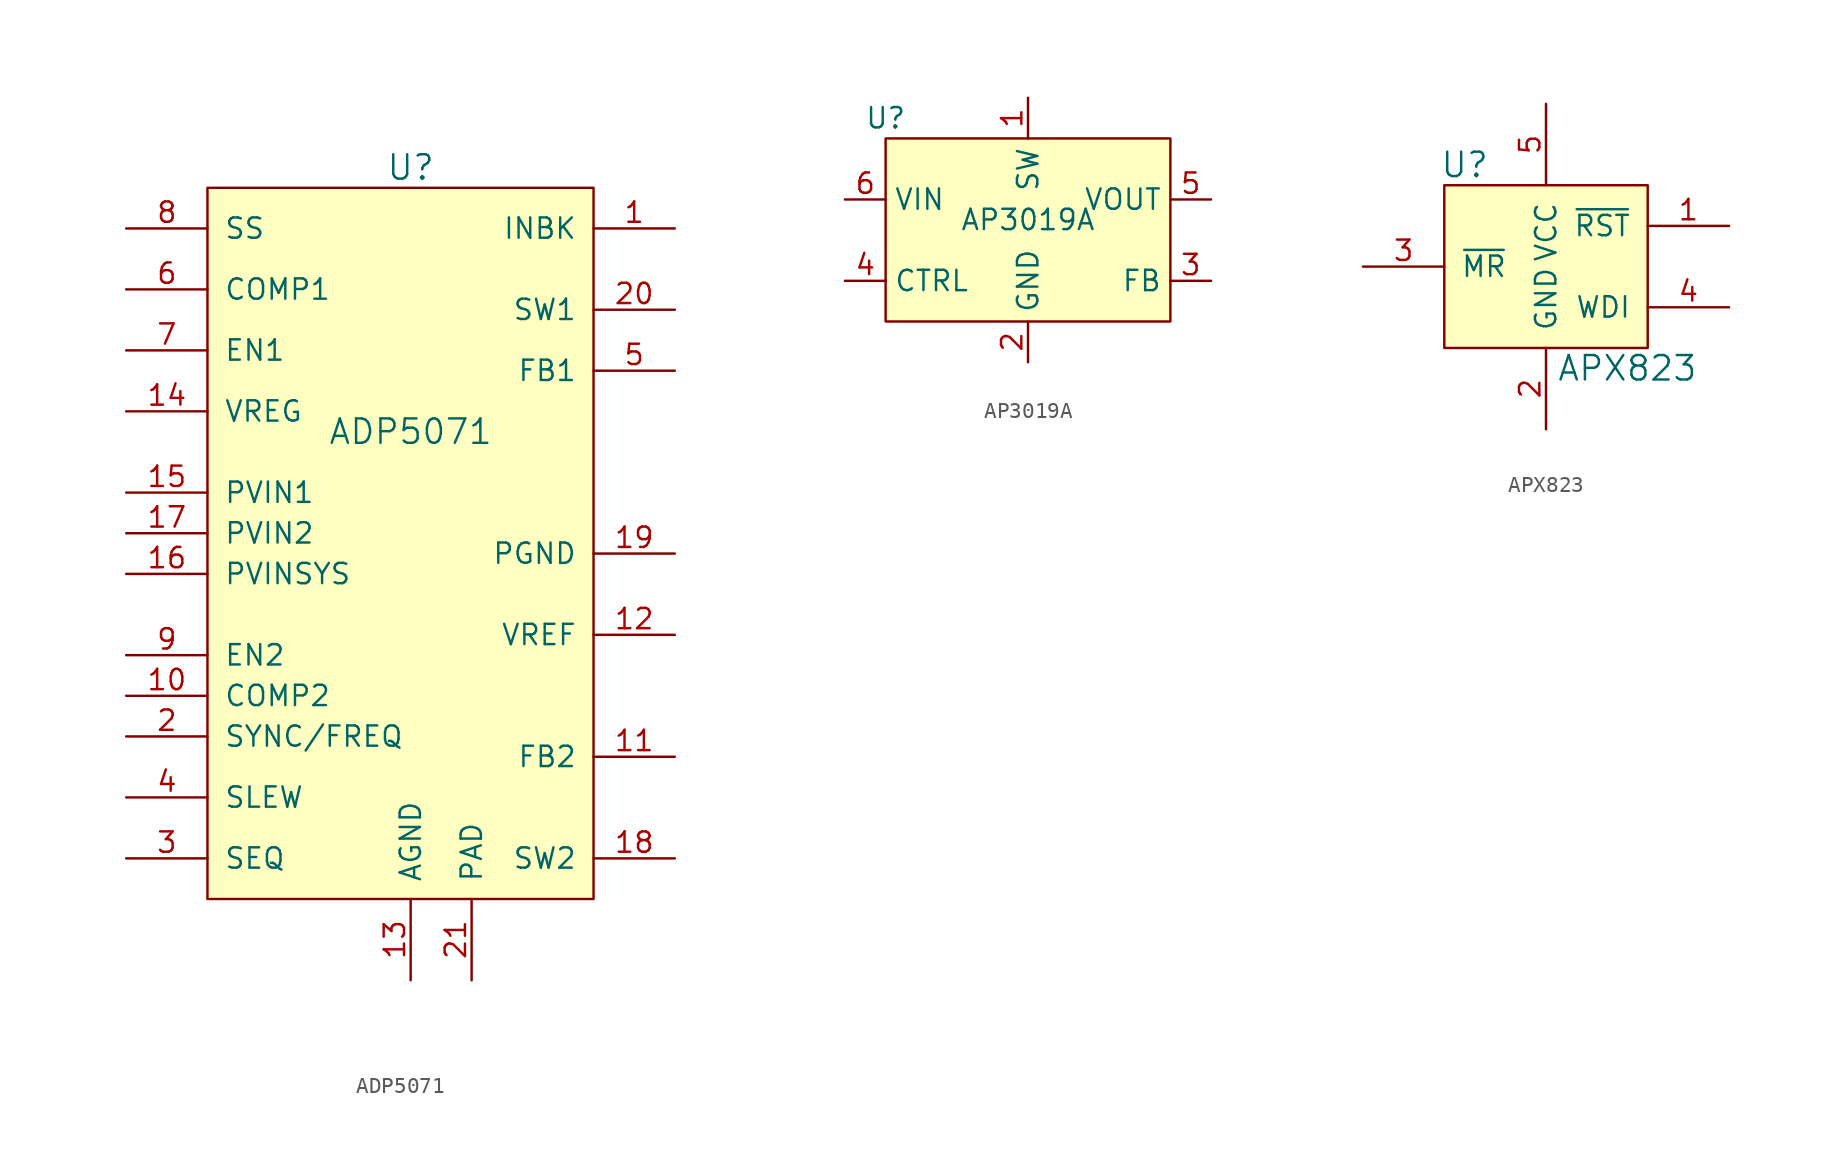
<source format=kicad_sym>
(kicad_symbol_lib
  (version 20231120)
  (generator "kicad_symbol_editor")
  (generator_version "8.0")
  (symbol "ADP5071"
    (pin_names
      (offset 1.016))
    (property "Reference" "U"
      (at 0 22.86 0)
      (effects (font (size 1.524 1.524))))
    (property "Value" "ADP5071"
      (at 0 6.35 0)
      (effects (font (size 1.524 1.524))))
    (property "Footprint" ""
      (at 0 5.08 0)
      (effects (font (size 1.524 1.524))))
    (property "Datasheet" ""
      (at 0 5.08 0)
      (effects (font (size 1.524 1.524))))
    (symbol "ADP5071_0_1"
      (rectangle (start -12.7 21.59) (end 11.43 -22.86) (stroke (width 0) (type default)) (fill (type background))))
    (symbol "ADP5071_1_1"
      (pin input line (at 16.51 19.05 180) (length 5.08) (name "INBK" (effects (font (size 1.27 1.27)))) (number "1" (effects (font (size 1.27 1.27)))))
      (pin input line (at -17.78 -10.16 0) (length 5.08) (name "COMP2" (effects (font (size 1.27 1.27)))) (number "10" (effects (font (size 1.27 1.27)))))
      (pin input line (at 16.51 -13.97 180) (length 5.08) (name "FB2" (effects (font (size 1.27 1.27)))) (number "11" (effects (font (size 1.27 1.27)))))
      (pin input line (at 16.51 -6.35 180) (length 5.08) (name "VREF" (effects (font (size 1.27 1.27)))) (number "12" (effects (font (size 1.27 1.27)))))
      (pin input line (at 0 -27.94 90) (length 5.08) (name "AGND" (effects (font (size 1.27 1.27)))) (number "13" (effects (font (size 1.27 1.27)))))
      (pin input line (at -17.78 7.62 0) (length 5.08) (name "VREG" (effects (font (size 1.27 1.27)))) (number "14" (effects (font (size 1.27 1.27)))))
      (pin input line (at -17.78 2.54 0) (length 5.08) (name "PVIN1" (effects (font (size 1.27 1.27)))) (number "15" (effects (font (size 1.27 1.27)))))
      (pin input line (at -17.78 -2.54 0) (length 5.08) (name "PVINSYS" (effects (font (size 1.27 1.27)))) (number "16" (effects (font (size 1.27 1.27)))))
      (pin input line (at -17.78 0 0) (length 5.08) (name "PVIN2" (effects (font (size 1.27 1.27)))) (number "17" (effects (font (size 1.27 1.27)))))
      (pin input line (at 16.51 -20.32 180) (length 5.08) (name "SW2" (effects (font (size 1.27 1.27)))) (number "18" (effects (font (size 1.27 1.27)))))
      (pin power_in line (at 16.51 -1.27 180) (length 5.08) (name "PGND" (effects (font (size 1.27 1.27)))) (number "19" (effects (font (size 1.27 1.27)))))
      (pin input line (at -17.78 -12.7 0) (length 5.08) (name "SYNC/FREQ" (effects (font (size 1.27 1.27)))) (number "2" (effects (font (size 1.27 1.27)))))
      (pin input line (at 16.51 13.97 180) (length 5.08) (name "SW1" (effects (font (size 1.27 1.27)))) (number "20" (effects (font (size 1.27 1.27)))))
      (pin input line (at 3.81 -27.94 90) (length 5.08) (name "PAD" (effects (font (size 1.27 1.27)))) (number "21" (effects (font (size 1.27 1.27)))))
      (pin input line (at -17.78 -20.32 0) (length 5.08) (name "SEQ" (effects (font (size 1.27 1.27)))) (number "3" (effects (font (size 1.27 1.27)))))
      (pin input line (at -17.78 -16.51 0) (length 5.08) (name "SLEW" (effects (font (size 1.27 1.27)))) (number "4" (effects (font (size 1.27 1.27)))))
      (pin input line (at 16.51 10.16 180) (length 5.08) (name "FB1" (effects (font (size 1.27 1.27)))) (number "5" (effects (font (size 1.27 1.27)))))
      (pin input line (at -17.78 15.24 0) (length 5.08) (name "COMP1" (effects (font (size 1.27 1.27)))) (number "6" (effects (font (size 1.27 1.27)))))
      (pin input line (at -17.78 11.43 0) (length 5.08) (name "EN1" (effects (font (size 1.27 1.27)))) (number "7" (effects (font (size 1.27 1.27)))))
      (pin input line (at -17.78 19.05 0) (length 5.08) (name "SS" (effects (font (size 1.27 1.27)))) (number "8" (effects (font (size 1.27 1.27)))))
      (pin input line (at -17.78 -7.62 0) (length 5.08) (name "EN2" (effects (font (size 1.27 1.27)))) (number "9" (effects (font (size 1.27 1.27)))))))
  (symbol "AP3019A"
    (property "Reference" "U"
      (at -8.89 7.62 0)
      (effects (font (size 1.27 1.27))))
    (property "Value" "AP3019A"
      (at 0 1.27 0)
      (effects (font (size 1.27 1.27))))
    (symbol "AP3019A_0_1"
      (rectangle (start -8.89 6.35) (end 8.89 -5.08) (stroke (width 0) (type default)) (fill (type background))))
    (symbol "AP3019A_1_1"
      (pin input line (at 0 8.89 270) (length 2.54) (name "SW" (effects (font (size 1.27 1.27)))) (number "1" (effects (font (size 1.27 1.27)))))
      (pin power_in line (at 0 -7.62 90) (length 2.54) (name "GND" (effects (font (size 1.27 1.27)))) (number "2" (effects (font (size 1.27 1.27)))))
      (pin passive line (at 11.43 -2.54 180) (length 2.54) (name "FB" (effects (font (size 1.27 1.27)))) (number "3" (effects (font (size 1.27 1.27)))))
      (pin input line (at -11.43 -2.54 0) (length 2.54) (name "CTRL" (effects (font (size 1.27 1.27)))) (number "4" (effects (font (size 1.27 1.27)))))
      (pin power_out line (at 11.43 2.54 180) (length 2.54) (name "VOUT" (effects (font (size 1.27 1.27)))) (number "5" (effects (font (size 1.27 1.27)))))
      (pin power_in line (at -11.43 2.54 0) (length 2.54) (name "VIN" (effects (font (size 1.27 1.27)))) (number "6" (effects (font (size 1.27 1.27)))))))
  (symbol "APX823"
    (pin_names
      (offset 1.016))
    (property "Reference" "U"
      (at -5.08 6.35 0)
      (effects (font (size 1.524 1.524))))
    (property "Value" "APX823"
      (at 5.08 -6.35 0)
      (effects (font (size 1.524 1.524))))
    (property "Footprint" ""
      (at 0 0 0)
      (effects (font (size 1.524 1.524))))
    (property "Datasheet" ""
      (at 0 0 0)
      (effects (font (size 1.524 1.524))))
    (symbol "APX823_0_1"
      (rectangle (start -6.35 5.08) (end 6.35 -5.08) (stroke (width 0) (type default)) (fill (type background))))
    (symbol "APX823_1_1"
      (pin output line (at 11.43 2.54 180) (length 5.08) (name "~{RST}" (effects (font (size 1.27 1.27)))) (number "1" (effects (font (size 1.27 1.27)))))
      (pin input line (at 0 -10.16 90) (length 5.08) (name "GND" (effects (font (size 1.27 1.27)))) (number "2" (effects (font (size 1.27 1.27)))))
      (pin passive line (at -11.43 0 0) (length 5.08) (name "~{MR}" (effects (font (size 1.27 1.27)))) (number "3" (effects (font (size 1.27 1.27)))))
      (pin input line (at 11.43 -2.54 180) (length 5.08) (name "WDI" (effects (font (size 1.27 1.27)))) (number "4" (effects (font (size 1.27 1.27)))))
      (pin power_in line (at 0 10.16 270) (length 5.08) (name "VCC" (effects (font (size 1.27 1.27)))) (number "5" (effects (font (size 1.27 1.27))))))))
</source>
